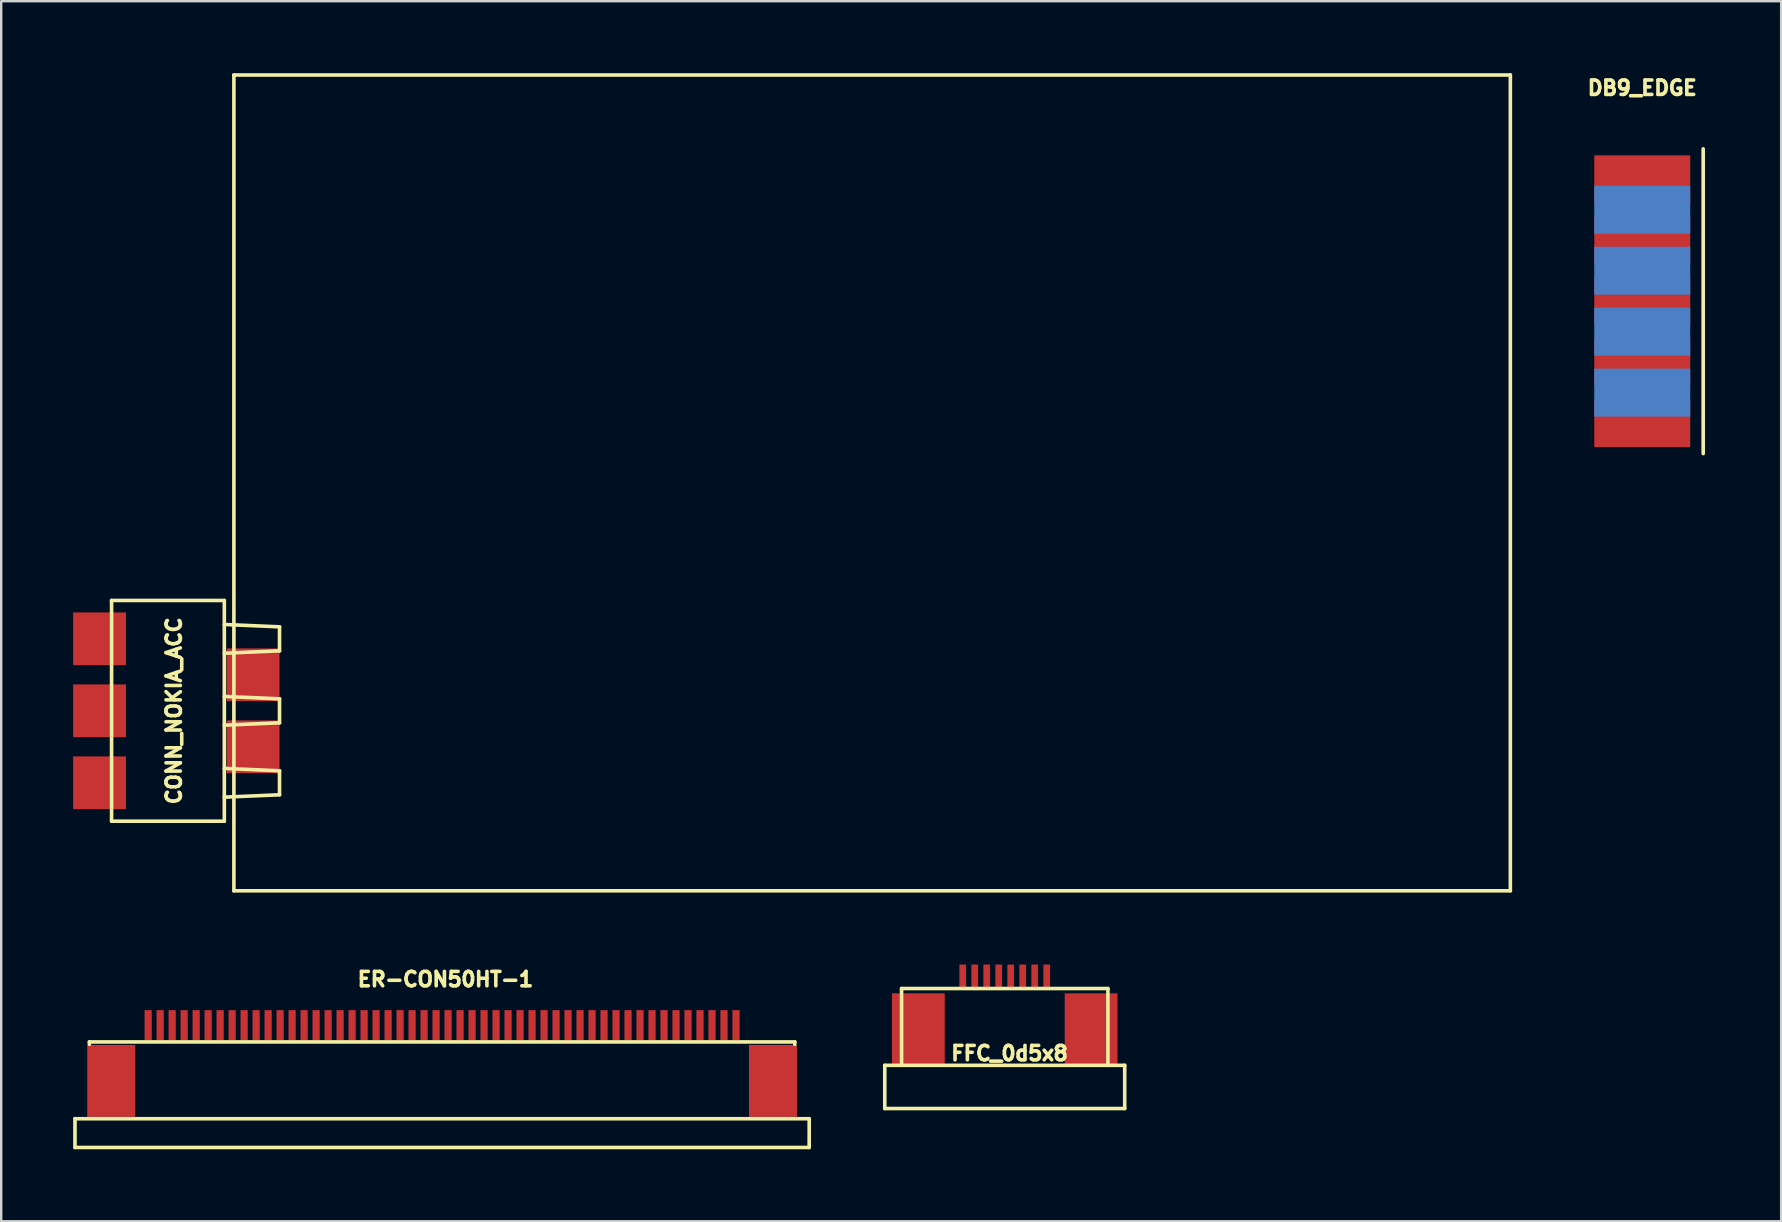
<source format=kicad_pcb>
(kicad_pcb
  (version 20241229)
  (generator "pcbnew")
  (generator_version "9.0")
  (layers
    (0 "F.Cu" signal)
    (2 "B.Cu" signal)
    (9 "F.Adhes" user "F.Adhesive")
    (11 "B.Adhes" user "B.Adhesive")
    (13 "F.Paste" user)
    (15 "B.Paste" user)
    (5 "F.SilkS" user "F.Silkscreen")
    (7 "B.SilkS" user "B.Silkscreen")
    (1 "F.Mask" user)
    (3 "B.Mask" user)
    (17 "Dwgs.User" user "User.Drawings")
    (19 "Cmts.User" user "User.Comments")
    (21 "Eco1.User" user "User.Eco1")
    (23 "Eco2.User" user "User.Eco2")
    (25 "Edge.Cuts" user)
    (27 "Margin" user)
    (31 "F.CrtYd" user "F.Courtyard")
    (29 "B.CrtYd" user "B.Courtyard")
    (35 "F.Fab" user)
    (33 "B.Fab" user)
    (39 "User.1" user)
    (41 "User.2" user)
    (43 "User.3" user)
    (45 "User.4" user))
  (footprint "CONN_NOKIA_ACC"
    (layer "F.Cu")
    (at 6.299 26.575)
    (property "Reference" "CONN_NOKIA_ACC" (at -2.101 0 90) (layer "F.SilkS") (effects (font (size 0.599 0.599) (thickness 0.15))))
    (attr through_hole)
    (fp_line (start -4.699 -4.6) (end 0 -4.6) (stroke (width 0.15) (type solid)) (layer "F.SilkS"))
    (fp_line (start -4.699 4.6) (end -4.699 -4.6) (stroke (width 0.15) (type solid)) (layer "F.SilkS"))
    (fp_line (start 0 -4.6) (end 0 4.6) (stroke (width 0.15) (type solid)) (layer "F.SilkS"))
    (fp_line (start 0 -3.599) (end 2.301 -3.5) (stroke (width 0.15) (type solid)) (layer "F.SilkS"))
    (fp_line (start 0 -0.599) (end 2.301 -0.5) (stroke (width 0.15) (type solid)) (layer "F.SilkS"))
    (fp_line (start 0 2.4) (end 2.301 2.499) (stroke (width 0.15) (type solid)) (layer "F.SilkS"))
    (fp_line (start 0 4.6) (end -4.699 4.6) (stroke (width 0.15) (type solid)) (layer "F.SilkS"))
    (fp_line (start 0.399 -26.5) (end 53.599 -26.5) (stroke (width 0.15) (type solid)) (layer "F.SilkS"))
    (fp_line (start 0.399 7.501) (end 0.399 -26.5) (stroke (width 0.15) (type solid)) (layer "F.SilkS"))
    (fp_line (start 2.301 -3.5) (end 2.301 -2.499) (stroke (width 0.15) (type solid)) (layer "F.SilkS"))
    (fp_line (start 2.301 -2.499) (end 0 -2.4) (stroke (width 0.15) (type solid)) (layer "F.SilkS"))
    (fp_line (start 2.301 -0.5) (end 2.301 0.5) (stroke (width 0.15) (type solid)) (layer "F.SilkS"))
    (fp_line (start 2.301 0.5) (end 0 0.599) (stroke (width 0.15) (type solid)) (layer "F.SilkS"))
    (fp_line (start 2.301 2.499) (end 2.301 3.5) (stroke (width 0.15) (type solid)) (layer "F.SilkS"))
    (fp_line (start 2.301 3.5) (end 0 3.599) (stroke (width 0.15) (type solid)) (layer "F.SilkS"))
    (fp_line (start 53.599 -26.5) (end 53.599 7.501) (stroke (width 0.15) (type solid)) (layer "F.SilkS"))
    (fp_line (start 53.599 7.501) (end 0.399 7.501) (stroke (width 0.15) (type solid)) (layer "F.SilkS"))
    (pad "1" smd rect (at -5.199 3) (size 2.2 2.2) (layers "F.Cu" "F.Mask" "F.Paste"))
    (pad "2" smd rect (at -5.199 0) (size 2.2 2.2) (layers "F.Cu" "F.Mask" "F.Paste"))
    (pad "3" smd rect (at -5.199 -3) (size 2.2 2.2) (layers "F.Cu" "F.Mask" "F.Paste"))
    (pad "H" smd rect (at 1.199 -1.501) (size 2.2 2.2) (layers "F.Cu" "F.Mask" "F.Paste"))
    (pad "H" smd rect (at 1.199 1.501) (size 2.2 2.2) (layers "F.Cu" "F.Mask" "F.Paste")))
  (footprint "FFC_0d5x8"
    (layer "F.Cu")
    (at 38.825 41.35)
    (property "Reference" "FFC_0d5x8" (at 0.2 -0.5 0) (layer "F.SilkS") (effects (font (size 0.6 0.6) (thickness 0.15))))
    (attr through_hole)
    (fp_line (start -5 0) (end -4.3 0) (stroke (width 0.15) (type solid)) (layer "F.SilkS"))
    (fp_line (start -5 1.8) (end -5 0) (stroke (width 0.15) (type solid)) (layer "F.SilkS"))
    (fp_line (start -4.3 -3.2) (end 4.3 -3.2) (stroke (width 0.15) (type solid)) (layer "F.SilkS"))
    (fp_line (start -4.3 0) (end -4.3 -3.2) (stroke (width 0.15) (type solid)) (layer "F.SilkS"))
    (fp_line (start 0 0) (end -4.3 0) (stroke (width 0.15) (type solid)) (layer "F.SilkS"))
    (fp_line (start 4.3 -3.2) (end 4.3 0) (stroke (width 0.15) (type solid)) (layer "F.SilkS"))
    (fp_line (start 4.3 0) (end 0 0) (stroke (width 0.15) (type solid)) (layer "F.SilkS"))
    (fp_line (start 4.3 0) (end 5 0) (stroke (width 0.15) (type solid)) (layer "F.SilkS"))
    (fp_line (start 5 0) (end 5 1.8) (stroke (width 0.15) (type solid)) (layer "F.SilkS"))
    (fp_line (start 5 1.8) (end -5 1.8) (stroke (width 0.15) (type solid)) (layer "F.SilkS"))
    (pad "1" smd rect (at -1.75 -3.7) (size 0.28 1) (layers "F.Cu" "F.Mask" "F.Paste"))
    (pad "2" smd rect (at -1.25 -3.7) (size 0.28 1) (layers "F.Cu" "F.Mask" "F.Paste"))
    (pad "3" smd rect (at -0.75 -3.7) (size 0.28 1) (layers "F.Cu" "F.Mask" "F.Paste"))
    (pad "4" smd rect (at -0.25 -3.7) (size 0.28 1) (layers "F.Cu" "F.Mask" "F.Paste"))
    (pad "5" smd rect (at 0.25 -3.7) (size 0.28 1) (layers "F.Cu" "F.Mask" "F.Paste"))
    (pad "6" smd rect (at 0.75 -3.7) (size 0.28 1) (layers "F.Cu" "F.Mask" "F.Paste"))
    (pad "7" smd rect (at 1.25 -3.7) (size 0.28 1) (layers "F.Cu" "F.Mask" "F.Paste"))
    (pad "8" smd rect (at 1.75 -3.7) (size 0.28 1) (layers "F.Cu" "F.Mask" "F.Paste"))
    (pad "PAD" smd rect (at -3.6 -1.5) (size 2.2 3) (layers "F.Cu" "F.Mask" "F.Paste"))
    (pad "PAD" smd rect (at 3.6 -1.5) (size 2.2 3) (layers "F.Cu" "F.Mask" "F.Paste")))
  (footprint "DB9_EDGE"
    (layer "F.Cu")
    (at 67.935 9.504)
    (property "Reference" "DB9_EDGE" (at -2.54 -8.89 0) (layer "F.SilkS") (effects (font (size 0.6 0.6) (thickness 0.15))))
    (attr through_hole)
    (fp_line (start 0 -6.35) (end 0 6.35) (stroke (width 0.15) (type solid)) (layer "F.SilkS"))
    (pad "1" smd rect (at -2.54 -5.08) (size 4 2) (layers "F.Cu" "F.Mask" "F.Paste"))
    (pad "2" smd rect (at -2.54 -2.54) (size 4 2) (layers "F.Cu" "F.Mask" "F.Paste"))
    (pad "3" smd rect (at -2.54 0) (size 4 2) (layers "F.Cu" "F.Mask" "F.Paste"))
    (pad "4" smd rect (at -2.54 2.54) (size 4 2) (layers "F.Cu" "F.Mask" "F.Paste"))
    (pad "5" smd rect (at -2.54 5.08) (size 4 2) (layers "F.Cu" "F.Mask" "F.Paste"))
    (pad "6" smd rect (at -2.54 -3.81) (size 4 2) (layers "B.Cu" "B.Mask" "B.Paste"))
    (pad "7" smd rect (at -2.54 -1.27) (size 4 2) (layers "B.Cu" "B.Mask" "B.Paste"))
    (pad "8" smd rect (at -2.54 1.27) (size 4 2) (layers "B.Cu" "B.Mask" "B.Paste"))
    (pad "9" smd rect (at -2.54 3.81) (size 4 2) (layers "B.Cu" "B.Mask" "B.Paste")))
  (footprint "ER-CON50HT-1"
    (layer "F.Cu")
    (at 15.375 39.675)
    (property "Reference" "ER-CON50HT-1" (at 0.14 -1.91 0) (layer "F.SilkS") (effects (font (size 0.6 0.6) (thickness 0.15))))
    (attr through_hole)
    (fp_line (start -15.3 3.9) (end 15.3 3.9) (stroke (width 0.15) (type solid)) (layer "F.SilkS"))
    (fp_line (start -15.3 5.1) (end -15.3 3.9) (stroke (width 0.15) (type solid)) (layer "F.SilkS"))
    (fp_line (start -14.7 0.7) (end 14.7 0.7) (stroke (width 0.15) (type solid)) (layer "F.SilkS"))
    (fp_line (start -14.7 0.8) (end -14.7 0.7) (stroke (width 0.15) (type solid)) (layer "F.SilkS"))
    (fp_line (start 14.7 0.7) (end 14.7 0.8) (stroke (width 0.15) (type solid)) (layer "F.SilkS"))
    (fp_line (start 15.3 3.9) (end 15.3 5.1) (stroke (width 0.15) (type solid)) (layer "F.SilkS"))
    (fp_line (start 15.3 5.1) (end -15.3 5.1) (stroke (width 0.15) (type solid)) (layer "F.SilkS"))
    (pad "1" smd rect (at -12.25 0) (size 0.3 1.25) (layers "F.Cu" "F.Mask" "F.Paste"))
    (pad "2" smd rect (at -11.75 0) (size 0.3 1.25) (layers "F.Cu" "F.Mask" "F.Paste"))
    (pad "3" smd rect (at -11.25 0) (size 0.3 1.25) (layers "F.Cu" "F.Mask" "F.Paste"))
    (pad "4" smd rect (at -10.75 0) (size 0.3 1.25) (layers "F.Cu" "F.Mask" "F.Paste"))
    (pad "5" smd rect (at -10.25 0) (size 0.3 1.25) (layers "F.Cu" "F.Mask" "F.Paste"))
    (pad "6" smd rect (at -9.75 0) (size 0.3 1.25) (layers "F.Cu" "F.Mask" "F.Paste"))
    (pad "7" smd rect (at -9.25 0) (size 0.3 1.25) (layers "F.Cu" "F.Mask" "F.Paste"))
    (pad "8" smd rect (at -8.75 0) (size 0.3 1.25) (layers "F.Cu" "F.Mask" "F.Paste"))
    (pad "9" smd rect (at -8.25 0) (size 0.3 1.25) (layers "F.Cu" "F.Mask" "F.Paste"))
    (pad "10" smd rect (at -7.75 0) (size 0.3 1.25) (layers "F.Cu" "F.Mask" "F.Paste"))
    (pad "11" smd rect (at -7.25 0) (size 0.3 1.25) (layers "F.Cu" "F.Mask" "F.Paste"))
    (pad "12" smd rect (at -6.75 0) (size 0.3 1.25) (layers "F.Cu" "F.Mask" "F.Paste"))
    (pad "13" smd rect (at -6.25 0) (size 0.3 1.25) (layers "F.Cu" "F.Mask" "F.Paste"))
    (pad "14" smd rect (at -5.75 0) (size 0.3 1.25) (layers "F.Cu" "F.Mask" "F.Paste"))
    (pad "15" smd rect (at -5.25 0) (size 0.3 1.25) (layers "F.Cu" "F.Mask" "F.Paste"))
    (pad "16" smd rect (at -4.75 0) (size 0.3 1.25) (layers "F.Cu" "F.Mask" "F.Paste"))
    (pad "17" smd rect (at -4.25 0) (size 0.3 1.25) (layers "F.Cu" "F.Mask" "F.Paste"))
    (pad "18" smd rect (at -3.75 0) (size 0.3 1.25) (layers "F.Cu" "F.Mask" "F.Paste"))
    (pad "19" smd rect (at -3.25 0) (size 0.3 1.25) (layers "F.Cu" "F.Mask" "F.Paste"))
    (pad "20" smd rect (at -2.75 0) (size 0.3 1.25) (layers "F.Cu" "F.Mask" "F.Paste"))
    (pad "21" smd rect (at -2.25 0) (size 0.3 1.25) (layers "F.Cu" "F.Mask" "F.Paste"))
    (pad "22" smd rect (at -1.75 0) (size 0.3 1.25) (layers "F.Cu" "F.Mask" "F.Paste"))
    (pad "23" smd rect (at -1.25 0) (size 0.3 1.25) (layers "F.Cu" "F.Mask" "F.Paste"))
    (pad "24" smd rect (at -0.75 0) (size 0.3 1.25) (layers "F.Cu" "F.Mask" "F.Paste"))
    (pad "25" smd rect (at -0.25 0) (size 0.3 1.25) (layers "F.Cu" "F.Mask" "F.Paste"))
    (pad "26" smd rect (at 0.25 0) (size 0.3 1.25) (layers "F.Cu" "F.Mask" "F.Paste"))
    (pad "27" smd rect (at 0.75 0) (size 0.3 1.25) (layers "F.Cu" "F.Mask" "F.Paste"))
    (pad "28" smd rect (at 1.25 0) (size 0.3 1.25) (layers "F.Cu" "F.Mask" "F.Paste"))
    (pad "29" smd rect (at 1.75 0) (size 0.3 1.25) (layers "F.Cu" "F.Mask" "F.Paste"))
    (pad "30" smd rect (at 2.25 0) (size 0.3 1.25) (layers "F.Cu" "F.Mask" "F.Paste"))
    (pad "31" smd rect (at 2.75 0) (size 0.3 1.25) (layers "F.Cu" "F.Mask" "F.Paste"))
    (pad "32" smd rect (at 3.25 0) (size 0.3 1.25) (layers "F.Cu" "F.Mask" "F.Paste"))
    (pad "33" smd rect (at 3.75 0) (size 0.3 1.25) (layers "F.Cu" "F.Mask" "F.Paste"))
    (pad "34" smd rect (at 4.25 0) (size 0.3 1.25) (layers "F.Cu" "F.Mask" "F.Paste"))
    (pad "35" smd rect (at 4.75 0) (size 0.3 1.25) (layers "F.Cu" "F.Mask" "F.Paste"))
    (pad "36" smd rect (at 5.25 0) (size 0.3 1.25) (layers "F.Cu" "F.Mask" "F.Paste"))
    (pad "37" smd rect (at 5.75 0) (size 0.3 1.25) (layers "F.Cu" "F.Mask" "F.Paste"))
    (pad "38" smd rect (at 6.25 0) (size 0.3 1.25) (layers "F.Cu" "F.Mask" "F.Paste"))
    (pad "39" smd rect (at 6.75 0) (size 0.3 1.25) (layers "F.Cu" "F.Mask" "F.Paste"))
    (pad "40" smd rect (at 7.25 0) (size 0.3 1.25) (layers "F.Cu" "F.Mask" "F.Paste"))
    (pad "41" smd rect (at 7.75 0) (size 0.3 1.25) (layers "F.Cu" "F.Mask" "F.Paste"))
    (pad "42" smd rect (at 8.25 0) (size 0.3 1.25) (layers "F.Cu" "F.Mask" "F.Paste"))
    (pad "43" smd rect (at 8.75 0) (size 0.3 1.25) (layers "F.Cu" "F.Mask" "F.Paste"))
    (pad "44" smd rect (at 9.25 0) (size 0.3 1.25) (layers "F.Cu" "F.Mask" "F.Paste"))
    (pad "45" smd rect (at 9.75 0) (size 0.3 1.25) (layers "F.Cu" "F.Mask" "F.Paste"))
    (pad "46" smd rect (at 10.25 0) (size 0.3 1.25) (layers "F.Cu" "F.Mask" "F.Paste"))
    (pad "47" smd rect (at 10.75 0) (size 0.3 1.25) (layers "F.Cu" "F.Mask" "F.Paste"))
    (pad "48" smd rect (at 11.25 0) (size 0.3 1.25) (layers "F.Cu" "F.Mask" "F.Paste"))
    (pad "49" smd rect (at 11.75 0) (size 0.3 1.25) (layers "F.Cu" "F.Mask" "F.Paste"))
    (pad "50" smd rect (at 12.25 0) (size 0.3 1.25) (layers "F.Cu" "F.Mask" "F.Paste"))
    (pad "H" smd rect (at -13.79 2.325) (size 2 3) (layers "F.Cu" "F.Mask" "F.Paste"))
    (pad "H" smd rect (at 13.79 2.325) (size 2 3) (layers "F.Cu" "F.Mask" "F.Paste")))
  (gr_rect
    (start -3 -3)
    (end 71.185 47.85)
    (stroke (width 0.1) (type default))
    (fill no)
    (layer "Edge.Cuts")))
</source>
